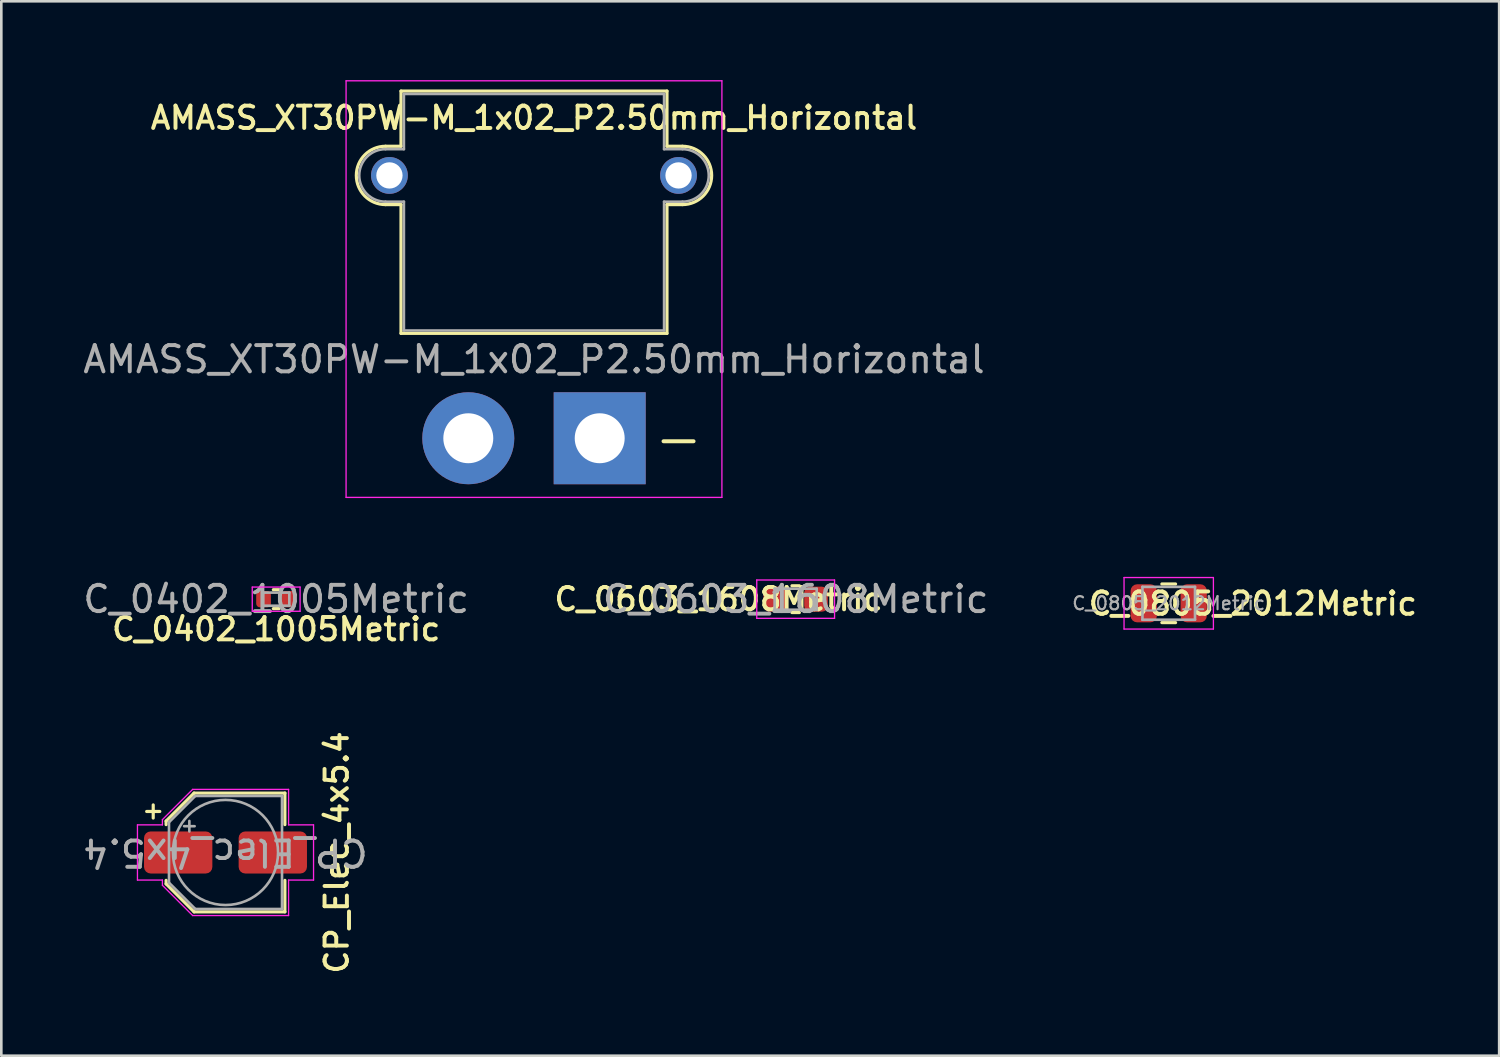
<source format=kicad_pcb>
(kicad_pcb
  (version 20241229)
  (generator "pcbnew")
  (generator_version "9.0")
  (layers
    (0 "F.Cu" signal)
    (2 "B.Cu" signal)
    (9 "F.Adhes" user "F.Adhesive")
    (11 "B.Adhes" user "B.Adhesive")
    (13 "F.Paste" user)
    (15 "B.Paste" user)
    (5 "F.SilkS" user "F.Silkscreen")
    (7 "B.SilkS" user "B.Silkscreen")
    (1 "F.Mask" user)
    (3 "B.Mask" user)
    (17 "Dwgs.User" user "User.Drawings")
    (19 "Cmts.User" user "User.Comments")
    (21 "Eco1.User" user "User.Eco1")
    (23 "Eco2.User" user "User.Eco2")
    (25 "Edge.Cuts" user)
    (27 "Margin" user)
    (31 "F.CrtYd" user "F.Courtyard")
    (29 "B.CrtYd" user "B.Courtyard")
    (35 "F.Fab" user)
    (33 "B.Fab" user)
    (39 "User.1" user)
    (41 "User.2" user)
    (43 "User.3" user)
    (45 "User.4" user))
  (footprint "CP_Elec_4x5.4"
    (layer "F.Cu")
    (at 5.53 29.386)
    (property "Reference" "CP_Elec_4x5.4" (at 4.233 0 90) (layer "F.SilkS") (effects (font (size 0.85 0.85) (thickness 0.15))))
    (attr smd)
    (fp_line (start -3 -1.56) (end -2.5 -1.56) (stroke (width 0.12) (type solid)) (layer "F.SilkS"))
    (fp_line (start -2.75 -1.81) (end -2.75 -1.31) (stroke (width 0.12) (type solid)) (layer "F.SilkS"))
    (fp_line (start -2.26 -1.196) (end -2.26 -1.06) (stroke (width 0.12) (type solid)) (layer "F.SilkS"))
    (fp_line (start -2.26 -1.196) (end -1.196 -2.26) (stroke (width 0.12) (type solid)) (layer "F.SilkS"))
    (fp_line (start -2.26 1.196) (end -2.26 1.06) (stroke (width 0.12) (type solid)) (layer "F.SilkS"))
    (fp_line (start -2.26 1.196) (end -1.196 2.26) (stroke (width 0.12) (type solid)) (layer "F.SilkS"))
    (fp_line (start -1.196 -2.26) (end 2.26 -2.26) (stroke (width 0.12) (type solid)) (layer "F.SilkS"))
    (fp_line (start -1.196 2.26) (end 2.26 2.26) (stroke (width 0.12) (type solid)) (layer "F.SilkS"))
    (fp_line (start 2.26 -2.26) (end 2.26 -1.06) (stroke (width 0.12) (type solid)) (layer "F.SilkS"))
    (fp_line (start 2.26 2.26) (end 2.26 1.06) (stroke (width 0.12) (type solid)) (layer "F.SilkS"))
    (fp_line (start -3.35 -1.05) (end -3.35 1.05) (stroke (width 0.05) (type solid)) (layer "F.CrtYd"))
    (fp_line (start -3.35 1.05) (end -2.4 1.05) (stroke (width 0.05) (type solid)) (layer "F.CrtYd"))
    (fp_line (start -2.4 -1.25) (end -2.4 -1.05) (stroke (width 0.05) (type solid)) (layer "F.CrtYd"))
    (fp_line (start -2.4 -1.25) (end -1.25 -2.4) (stroke (width 0.05) (type solid)) (layer "F.CrtYd"))
    (fp_line (start -2.4 -1.05) (end -3.35 -1.05) (stroke (width 0.05) (type solid)) (layer "F.CrtYd"))
    (fp_line (start -2.4 1.05) (end -2.4 1.25) (stroke (width 0.05) (type solid)) (layer "F.CrtYd"))
    (fp_line (start -2.4 1.25) (end -1.25 2.4) (stroke (width 0.05) (type solid)) (layer "F.CrtYd"))
    (fp_line (start -1.25 -2.4) (end 2.4 -2.4) (stroke (width 0.05) (type solid)) (layer "F.CrtYd"))
    (fp_line (start -1.25 2.4) (end 2.4 2.4) (stroke (width 0.05) (type solid)) (layer "F.CrtYd"))
    (fp_line (start 2.4 -2.4) (end 2.4 -1.05) (stroke (width 0.05) (type solid)) (layer "F.CrtYd"))
    (fp_line (start 2.4 -1.05) (end 3.35 -1.05) (stroke (width 0.05) (type solid)) (layer "F.CrtYd"))
    (fp_line (start 2.4 1.05) (end 2.4 2.4) (stroke (width 0.05) (type solid)) (layer "F.CrtYd"))
    (fp_line (start 3.35 -1.05) (end 3.35 1.05) (stroke (width 0.05) (type solid)) (layer "F.CrtYd"))
    (fp_line (start 3.35 1.05) (end 2.4 1.05) (stroke (width 0.05) (type solid)) (layer "F.CrtYd"))
    (fp_line (start -2.15 -1.15) (end -2.15 1.15) (stroke (width 0.1) (type solid)) (layer "F.Fab"))
    (fp_line (start -2.15 -1.15) (end -1.15 -2.15) (stroke (width 0.1) (type solid)) (layer "F.Fab"))
    (fp_line (start -2.15 1.15) (end -1.15 2.15) (stroke (width 0.1) (type solid)) (layer "F.Fab"))
    (fp_line (start -1.575 -1) (end -1.175 -1) (stroke (width 0.1) (type solid)) (layer "F.Fab"))
    (fp_line (start -1.375 -1.2) (end -1.375 -0.8) (stroke (width 0.1) (type solid)) (layer "F.Fab"))
    (fp_line (start -1.15 -2.15) (end 2.15 -2.15) (stroke (width 0.1) (type solid)) (layer "F.Fab"))
    (fp_line (start -1.15 2.15) (end 2.15 2.15) (stroke (width 0.1) (type solid)) (layer "F.Fab"))
    (fp_line (start 2.15 -2.15) (end 2.15 2.15) (stroke (width 0.1) (type solid)) (layer "F.Fab"))
    (fp_circle (center 0 0) (end 2 0) (stroke (width 0.1) (type solid)) (fill no) (layer "F.Fab"))
    (fp_text user "${REFERENCE}" (at 0 0 180) (unlocked yes) (layer "F.Fab") (effects (font (size 1 1) (thickness 0.15))))
    (pad "1" smd roundrect (at -1.8 0 180) (size 2.6 1.6) (layers "F.Cu" "F.Mask" "F.Paste") (roundrect_rratio 0.156))
    (pad "2" smd roundrect (at 1.8 0 180) (size 2.6 1.6) (layers "F.Cu" "F.Mask" "F.Paste") (roundrect_rratio 0.156)))
  (footprint "C_0805_2012Metric"
    (layer "F.Cu")
    (at 41.419 19.905)
    (property "Reference" "C_0805_2012Metric" (at 3.2 0.013 0) (layer "F.SilkS") (effects (font (size 0.85 0.85) (thickness 0.15))))
    (attr smd)
    (fp_line (start -0.261 -0.735) (end 0.261 -0.735) (stroke (width 0.12) (type solid)) (layer "F.SilkS"))
    (fp_line (start -0.261 0.735) (end 0.261 0.735) (stroke (width 0.12) (type solid)) (layer "F.SilkS"))
    (fp_line (start -1.7 -0.98) (end 1.7 -0.98) (stroke (width 0.05) (type solid)) (layer "F.CrtYd"))
    (fp_line (start -1.7 0.98) (end -1.7 -0.98) (stroke (width 0.05) (type solid)) (layer "F.CrtYd"))
    (fp_line (start 1.7 -0.98) (end 1.7 0.98) (stroke (width 0.05) (type solid)) (layer "F.CrtYd"))
    (fp_line (start 1.7 0.98) (end -1.7 0.98) (stroke (width 0.05) (type solid)) (layer "F.CrtYd"))
    (fp_line (start -1 -0.625) (end 1 -0.625) (stroke (width 0.1) (type solid)) (layer "F.Fab"))
    (fp_line (start -1 0.625) (end -1 -0.625) (stroke (width 0.1) (type solid)) (layer "F.Fab"))
    (fp_line (start 1 -0.625) (end 1 0.625) (stroke (width 0.1) (type solid)) (layer "F.Fab"))
    (fp_line (start 1 0.625) (end -1 0.625) (stroke (width 0.1) (type solid)) (layer "F.Fab"))
    (fp_text user "${REFERENCE}" (at 0 0 0) (layer "F.Fab") (effects (font (size 0.5 0.5) (thickness 0.08))))
    (pad "1" smd roundrect (at -0.95 0 180) (size 1 1.45) (layers "F.Cu" "F.Mask" "F.Paste") (roundrect_rratio 0.25))
    (pad "2" smd roundrect (at 0.95 0 180) (size 1 1.45) (layers "F.Cu" "F.Mask" "F.Paste") (roundrect_rratio 0.25)))
  (footprint "C_0603_1608Metric"
    (layer "F.Cu")
    (at 27.224 19.748)
    (property "Reference" "C_0603_1608Metric" (at -2.934 0 0) (layer "F.SilkS") (effects (font (size 0.85 0.85) (thickness 0.15))))
    (attr smd)
    (fp_line (start -0.141 -0.51) (end 0.141 -0.51) (stroke (width 0.12) (type solid)) (layer "F.SilkS"))
    (fp_line (start -0.141 0.51) (end 0.141 0.51) (stroke (width 0.12) (type solid)) (layer "F.SilkS"))
    (fp_line (start -1.48 -0.73) (end 1.48 -0.73) (stroke (width 0.05) (type solid)) (layer "F.CrtYd"))
    (fp_line (start -1.48 0.73) (end -1.48 -0.73) (stroke (width 0.05) (type solid)) (layer "F.CrtYd"))
    (fp_line (start 1.48 -0.73) (end 1.48 0.73) (stroke (width 0.05) (type solid)) (layer "F.CrtYd"))
    (fp_line (start 1.48 0.73) (end -1.48 0.73) (stroke (width 0.05) (type solid)) (layer "F.CrtYd"))
    (fp_line (start -0.8 -0.4) (end 0.8 -0.4) (stroke (width 0.1) (type solid)) (layer "F.Fab"))
    (fp_line (start -0.8 0.4) (end -0.8 -0.4) (stroke (width 0.1) (type solid)) (layer "F.Fab"))
    (fp_line (start 0.8 -0.4) (end 0.8 0.4) (stroke (width 0.1) (type solid)) (layer "F.Fab"))
    (fp_line (start 0.8 0.4) (end -0.8 0.4) (stroke (width 0.1) (type solid)) (layer "F.Fab"))
    (fp_text user "${REFERENCE}" (at 0 0 0) (layer "F.Fab") (effects (font (size 1 1) (thickness 0.15))))
    (pad "1" smd roundrect (at -0.775 0) (size 0.9 0.95) (layers "F.Cu" "F.Mask" "F.Paste") (roundrect_rratio 0.25))
    (pad "2" smd roundrect (at 0.775 0) (size 0.9 0.95) (layers "F.Cu" "F.Mask" "F.Paste") (roundrect_rratio 0.25)))
  (footprint "AMASS_XT30PW-M_1x02_P2.50mm_Horizontal"
    (layer "F.Cu")
    (at 19.768 13.625)
    (property "Reference" "AMASS_XT30PW-M_1x02_P2.50mm_Horizontal" (at -2.5 -12.192 0) (layer "F.SilkS") (effects (font (size 0.85 0.85) (thickness 0.15))))
    (attr through_hole)
    (fp_line (start -8.15 -11.11) (end -7.56 -11.11) (stroke (width 0.12) (type solid)) (layer "F.SilkS"))
    (fp_line (start -8.15 -8.89) (end -7.56 -8.89) (stroke (width 0.12) (type solid)) (layer "F.SilkS"))
    (fp_line (start -7.56 -13.21) (end -7.56 -11.11) (stroke (width 0.12) (type solid)) (layer "F.SilkS"))
    (fp_line (start -7.56 -13.21) (end 2.56 -13.21) (stroke (width 0.12) (type solid)) (layer "F.SilkS"))
    (fp_line (start -7.56 -8.89) (end -7.56 -3.99) (stroke (width 0.12) (type solid)) (layer "F.SilkS"))
    (fp_line (start -7.56 -3.99) (end 2.56 -3.99) (stroke (width 0.12) (type solid)) (layer "F.SilkS"))
    (fp_line (start 2.56 -13.21) (end 2.56 -11.11) (stroke (width 0.12) (type solid)) (layer "F.SilkS"))
    (fp_line (start 2.56 -11.11) (end 3.15 -11.11) (stroke (width 0.12) (type solid)) (layer "F.SilkS"))
    (fp_line (start 2.56 -8.89) (end 2.56 -3.99) (stroke (width 0.12) (type solid)) (layer "F.SilkS"))
    (fp_line (start 2.56 -8.89) (end 3.15 -8.89) (stroke (width 0.12) (type solid)) (layer "F.SilkS"))
    (fp_arc (start -8.15 -8.89) (mid -9.26 -10) (end -8.15 -11.11) (stroke (width 0.12) (type solid)) (layer "F.SilkS"))
    (fp_arc (start 3.15 -11.11) (mid 4.26 -10) (end 3.15 -8.89) (stroke (width 0.12) (type solid)) (layer "F.SilkS"))
    (fp_line (start -9.65 -13.6) (end -9.65 2.25) (stroke (width 0.05) (type solid)) (layer "F.CrtYd"))
    (fp_line (start -9.65 -13.6) (end 4.65 -13.6) (stroke (width 0.05) (type solid)) (layer "F.CrtYd"))
    (fp_line (start -9.65 2.25) (end 4.65 2.25) (stroke (width 0.05) (type solid)) (layer "F.CrtYd"))
    (fp_line (start 4.65 -13.6) (end 4.65 2.25) (stroke (width 0.05) (type solid)) (layer "F.CrtYd"))
    (fp_line (start -8.15 -11) (end -7.45 -11) (stroke (width 0.1) (type solid)) (layer "F.Fab"))
    (fp_line (start -8.15 -9) (end -7.45 -9) (stroke (width 0.1) (type solid)) (layer "F.Fab"))
    (fp_line (start -7.45 -13.1) (end -7.45 -11) (stroke (width 0.1) (type solid)) (layer "F.Fab"))
    (fp_line (start -7.45 -13.1) (end 2.45 -13.1) (stroke (width 0.1) (type solid)) (layer "F.Fab"))
    (fp_line (start -7.45 -9) (end -7.45 -4.1) (stroke (width 0.1) (type solid)) (layer "F.Fab"))
    (fp_line (start -7.45 -4.1) (end 2.45 -4.1) (stroke (width 0.1) (type solid)) (layer "F.Fab"))
    (fp_line (start 2.45 -13.1) (end 2.45 -11) (stroke (width 0.1) (type solid)) (layer "F.Fab"))
    (fp_line (start 2.45 -11) (end 3.15 -11) (stroke (width 0.1) (type solid)) (layer "F.Fab"))
    (fp_line (start 2.45 -9) (end 2.45 -4.1) (stroke (width 0.1) (type solid)) (layer "F.Fab"))
    (fp_line (start 2.45 -9) (end 3.15 -9) (stroke (width 0.1) (type solid)) (layer "F.Fab"))
    (fp_arc (start -8.15 -9) (mid -9.15 -10) (end -8.15 -11) (stroke (width 0.1) (type solid)) (layer "F.Fab"))
    (fp_arc (start 3.15 -11) (mid 4.15 -10) (end 3.15 -9) (stroke (width 0.1) (type solid)) (layer "F.Fab"))
    (fp_text user "-" (at 3 0 0) (layer "F.SilkS") (effects (font (size 1.5 1.5) (thickness 0.15))))
    (fp_text user "${REFERENCE}" (at -2.5 -3 0) (unlocked yes) (layer "F.Fab") (effects (font (size 1 1) (thickness 0.15))))
    (pad "" thru_hole circle (at -8 -10 180) (size 1.4 1.4) (drill 1) (layers "*.Cu" "*.Mask"))
    (pad "" thru_hole circle (at 3 -10 180) (size 1.4 1.4) (drill 1) (layers "*.Cu" "*.Mask"))
    (pad "1" thru_hole rect (at 0 0 180) (size 3.5 3.5) (drill 1.9) (layers "*.Cu" "*.Mask"))
    (pad "2" thru_hole circle (at -5 0 180) (size 3.5 3.5) (drill 1.9) (layers "*.Cu" "*.Mask")))
  (footprint "C_0402_1005Metric"
    (layer "F.Cu")
    (at 7.458 19.748)
    (property "Reference" "C_0402_1005Metric" (at 0 1.143 0) (layer "F.SilkS") (effects (font (size 0.85 0.85) (thickness 0.15))))
    (attr smd)
    (fp_line (start -0.108 -0.36) (end 0.108 -0.36) (stroke (width 0.12) (type solid)) (layer "F.SilkS"))
    (fp_line (start -0.108 0.36) (end 0.108 0.36) (stroke (width 0.12) (type solid)) (layer "F.SilkS"))
    (fp_line (start -0.91 -0.46) (end 0.91 -0.46) (stroke (width 0.05) (type solid)) (layer "F.CrtYd"))
    (fp_line (start -0.91 0.46) (end -0.91 -0.46) (stroke (width 0.05) (type solid)) (layer "F.CrtYd"))
    (fp_line (start 0.91 -0.46) (end 0.91 0.46) (stroke (width 0.05) (type solid)) (layer "F.CrtYd"))
    (fp_line (start 0.91 0.46) (end -0.91 0.46) (stroke (width 0.05) (type solid)) (layer "F.CrtYd"))
    (fp_line (start -0.5 -0.25) (end 0.5 -0.25) (stroke (width 0.1) (type solid)) (layer "F.Fab"))
    (fp_line (start -0.5 0.25) (end -0.5 -0.25) (stroke (width 0.1) (type solid)) (layer "F.Fab"))
    (fp_line (start 0.5 -0.25) (end 0.5 0.25) (stroke (width 0.1) (type solid)) (layer "F.Fab"))
    (fp_line (start 0.5 0.25) (end -0.5 0.25) (stroke (width 0.1) (type solid)) (layer "F.Fab"))
    (fp_text user "${REFERENCE}" (at 0 0 0) (layer "F.Fab") (effects (font (size 1 1) (thickness 0.15))))
    (pad "1" smd roundrect (at -0.48 0) (size 0.56 0.62) (layers "F.Cu" "F.Mask" "F.Paste") (roundrect_rratio 0.25))
    (pad "2" smd roundrect (at 0.48 0) (size 0.56 0.62) (layers "F.Cu" "F.Mask" "F.Paste") (roundrect_rratio 0.25)))
  (gr_rect
    (start -3 -3)
    (end 53.992 37.12)
    (stroke (width 0.1) (type default))
    (fill no)
    (layer "Edge.Cuts")))
</source>
